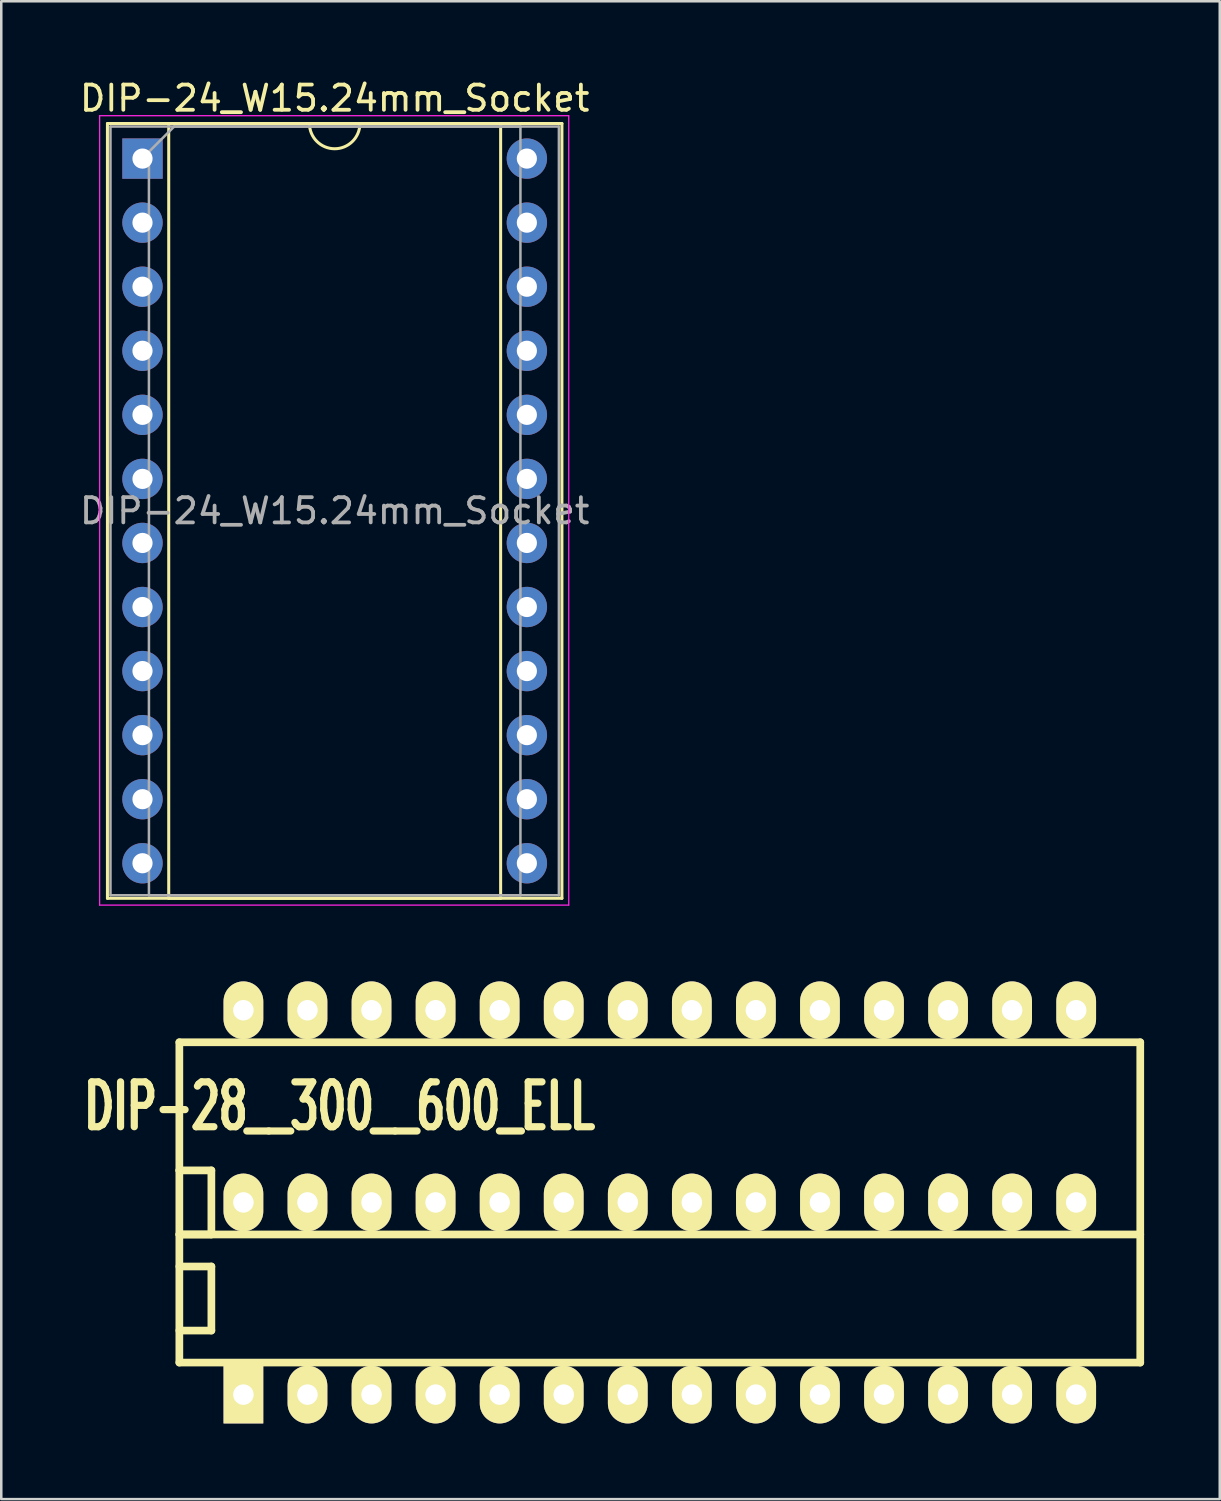
<source format=kicad_pcb>
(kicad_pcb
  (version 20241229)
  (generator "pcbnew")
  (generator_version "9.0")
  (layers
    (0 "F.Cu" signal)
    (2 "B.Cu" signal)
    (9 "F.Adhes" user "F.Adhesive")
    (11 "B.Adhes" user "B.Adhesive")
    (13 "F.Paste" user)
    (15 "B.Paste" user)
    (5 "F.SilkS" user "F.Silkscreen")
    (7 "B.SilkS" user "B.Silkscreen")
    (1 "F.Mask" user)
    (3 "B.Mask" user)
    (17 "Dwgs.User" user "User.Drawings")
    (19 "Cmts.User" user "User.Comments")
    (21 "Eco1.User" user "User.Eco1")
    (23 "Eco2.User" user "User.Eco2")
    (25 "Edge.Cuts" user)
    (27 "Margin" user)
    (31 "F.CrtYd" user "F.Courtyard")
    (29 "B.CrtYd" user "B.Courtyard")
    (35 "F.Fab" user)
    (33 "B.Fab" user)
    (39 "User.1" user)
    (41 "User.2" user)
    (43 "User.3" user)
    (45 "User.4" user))
  (footprint "DIP-24_W15.24mm_Socket"
    (layer "F.Cu")
    (at 2.6 3.238)
    (property "Reference" "DIP-24_W15.24mm_Socket" (at 7.62 -2.39 0) (layer "F.SilkS") (effects (font (size 1 1) (thickness 0.15))))
    (attr through_hole)
    (fp_line (start -1.39 -1.39) (end -1.39 29.33) (stroke (width 0.12) (type solid)) (layer "F.SilkS"))
    (fp_line (start -1.39 29.33) (end 16.63 29.33) (stroke (width 0.12) (type solid)) (layer "F.SilkS"))
    (fp_line (start 1.04 -1.39) (end 1.04 29.33) (stroke (width 0.12) (type solid)) (layer "F.SilkS"))
    (fp_line (start 1.04 29.33) (end 14.2 29.33) (stroke (width 0.12) (type solid)) (layer "F.SilkS"))
    (fp_line (start 6.62 -1.39) (end 1.04 -1.39) (stroke (width 0.12) (type solid)) (layer "F.SilkS"))
    (fp_line (start 14.2 -1.39) (end 8.62 -1.39) (stroke (width 0.12) (type solid)) (layer "F.SilkS"))
    (fp_line (start 14.2 29.33) (end 14.2 -1.39) (stroke (width 0.12) (type solid)) (layer "F.SilkS"))
    (fp_line (start 16.63 -1.39) (end -1.39 -1.39) (stroke (width 0.12) (type solid)) (layer "F.SilkS"))
    (fp_line (start 16.63 29.33) (end 16.63 -1.39) (stroke (width 0.12) (type solid)) (layer "F.SilkS"))
    (fp_arc (start 8.62 -1.39) (mid 7.62 -0.39) (end 6.62 -1.39) (stroke (width 0.12) (type solid)) (layer "F.SilkS"))
    (fp_line (start -1.7 -1.7) (end -1.7 29.6) (stroke (width 0.05) (type solid)) (layer "F.CrtYd"))
    (fp_line (start -1.7 29.6) (end 16.9 29.6) (stroke (width 0.05) (type solid)) (layer "F.CrtYd"))
    (fp_line (start 16.9 -1.7) (end -1.7 -1.7) (stroke (width 0.05) (type solid)) (layer "F.CrtYd"))
    (fp_line (start 16.9 29.6) (end 16.9 -1.7) (stroke (width 0.05) (type solid)) (layer "F.CrtYd"))
    (fp_line (start -1.27 -1.27) (end -1.27 29.21) (stroke (width 0.1) (type solid)) (layer "F.Fab"))
    (fp_line (start -1.27 29.21) (end 16.51 29.21) (stroke (width 0.1) (type solid)) (layer "F.Fab"))
    (fp_line (start 0.255 -0.27) (end 1.255 -1.27) (stroke (width 0.1) (type solid)) (layer "F.Fab"))
    (fp_line (start 0.255 29.21) (end 0.255 -0.27) (stroke (width 0.1) (type solid)) (layer "F.Fab"))
    (fp_line (start 1.255 -1.27) (end 14.985 -1.27) (stroke (width 0.1) (type solid)) (layer "F.Fab"))
    (fp_line (start 14.985 -1.27) (end 14.985 29.21) (stroke (width 0.1) (type solid)) (layer "F.Fab"))
    (fp_line (start 14.985 29.21) (end 0.255 29.21) (stroke (width 0.1) (type solid)) (layer "F.Fab"))
    (fp_line (start 16.51 -1.27) (end -1.27 -1.27) (stroke (width 0.1) (type solid)) (layer "F.Fab"))
    (fp_line (start 16.51 29.21) (end 16.51 -1.27) (stroke (width 0.1) (type solid)) (layer "F.Fab"))
    (fp_text user "${REFERENCE}" (at 7.62 13.97 0) (layer "F.Fab") (effects (font (size 1 1) (thickness 0.15))))
    (pad "1" thru_hole rect (at 0 0) (size 1.6 1.6) (drill 0.8) (layers "*.Cu" "*.Mask"))
    (pad "2" thru_hole oval (at 0 2.54) (size 1.6 1.6) (drill 0.8) (layers "*.Cu" "*.Mask"))
    (pad "3" thru_hole oval (at 0 5.08) (size 1.6 1.6) (drill 0.8) (layers "*.Cu" "*.Mask"))
    (pad "4" thru_hole oval (at 0 7.62) (size 1.6 1.6) (drill 0.8) (layers "*.Cu" "*.Mask"))
    (pad "5" thru_hole oval (at 0 10.16) (size 1.6 1.6) (drill 0.8) (layers "*.Cu" "*.Mask"))
    (pad "6" thru_hole oval (at 0 12.7) (size 1.6 1.6) (drill 0.8) (layers "*.Cu" "*.Mask"))
    (pad "7" thru_hole oval (at 0 15.24) (size 1.6 1.6) (drill 0.8) (layers "*.Cu" "*.Mask"))
    (pad "8" thru_hole oval (at 0 17.78) (size 1.6 1.6) (drill 0.8) (layers "*.Cu" "*.Mask"))
    (pad "9" thru_hole oval (at 0 20.32) (size 1.6 1.6) (drill 0.8) (layers "*.Cu" "*.Mask"))
    (pad "10" thru_hole oval (at 0 22.86) (size 1.6 1.6) (drill 0.8) (layers "*.Cu" "*.Mask"))
    (pad "11" thru_hole oval (at 0 25.4) (size 1.6 1.6) (drill 0.8) (layers "*.Cu" "*.Mask"))
    (pad "12" thru_hole oval (at 0 27.94) (size 1.6 1.6) (drill 0.8) (layers "*.Cu" "*.Mask"))
    (pad "13" thru_hole oval (at 15.24 27.94) (size 1.6 1.6) (drill 0.8) (layers "*.Cu" "*.Mask"))
    (pad "14" thru_hole oval (at 15.24 25.4) (size 1.6 1.6) (drill 0.8) (layers "*.Cu" "*.Mask"))
    (pad "15" thru_hole oval (at 15.24 22.86) (size 1.6 1.6) (drill 0.8) (layers "*.Cu" "*.Mask"))
    (pad "16" thru_hole oval (at 15.24 20.32) (size 1.6 1.6) (drill 0.8) (layers "*.Cu" "*.Mask"))
    (pad "17" thru_hole oval (at 15.24 17.78) (size 1.6 1.6) (drill 0.8) (layers "*.Cu" "*.Mask"))
    (pad "18" thru_hole oval (at 15.24 15.24) (size 1.6 1.6) (drill 0.8) (layers "*.Cu" "*.Mask"))
    (pad "19" thru_hole oval (at 15.24 12.7) (size 1.6 1.6) (drill 0.8) (layers "*.Cu" "*.Mask"))
    (pad "20" thru_hole oval (at 15.24 10.16) (size 1.6 1.6) (drill 0.8) (layers "*.Cu" "*.Mask"))
    (pad "21" thru_hole oval (at 15.24 7.62) (size 1.6 1.6) (drill 0.8) (layers "*.Cu" "*.Mask"))
    (pad "22" thru_hole oval (at 15.24 5.08) (size 1.6 1.6) (drill 0.8) (layers "*.Cu" "*.Mask"))
    (pad "23" thru_hole oval (at 15.24 2.54) (size 1.6 1.6) (drill 0.8) (layers "*.Cu" "*.Mask"))
    (pad "24" thru_hole oval (at 15.24 0) (size 1.6 1.6) (drill 0.8) (layers "*.Cu" "*.Mask")))
  (footprint "DIP-28__300__600_ELL"
    (layer "F.Cu")
    (at 23.111 44.626)
    (property "Reference" "DIP-28__300__600_ELL" (at -12.7 -3.81 0) (layer "F.SilkS") (effects (font (size 1.778 1.143) (thickness 0.305))))
    (attr through_hole)
    (fp_line (start -19.05 -6.35) (end 19.05 -6.35) (stroke (width 0.305) (type solid)) (layer "F.SilkS"))
    (fp_line (start -19.05 -1.27) (end -19.05 -1.27) (stroke (width 0.305) (type solid)) (layer "F.SilkS"))
    (fp_line (start -19.05 -1.27) (end -17.78 -1.27) (stroke (width 0.305) (type solid)) (layer "F.SilkS"))
    (fp_line (start -19.05 1.27) (end 19.05 1.27) (stroke (width 0.305) (type solid)) (layer "F.SilkS"))
    (fp_line (start -19.05 2.54) (end -17.78 2.54) (stroke (width 0.305) (type solid)) (layer "F.SilkS"))
    (fp_line (start -19.05 6.35) (end -19.05 -6.35) (stroke (width 0.305) (type solid)) (layer "F.SilkS"))
    (fp_line (start -17.78 -1.27) (end -17.78 1.27) (stroke (width 0.305) (type solid)) (layer "F.SilkS"))
    (fp_line (start -17.78 1.27) (end -19.05 1.27) (stroke (width 0.305) (type solid)) (layer "F.SilkS"))
    (fp_line (start -17.78 2.54) (end -17.78 5.08) (stroke (width 0.305) (type solid)) (layer "F.SilkS"))
    (fp_line (start -17.78 5.08) (end -19.05 5.08) (stroke (width 0.305) (type solid)) (layer "F.SilkS"))
    (fp_line (start 19.05 -6.35) (end 19.05 6.35) (stroke (width 0.305) (type solid)) (layer "F.SilkS"))
    (fp_line (start 19.05 6.35) (end -19.05 6.35) (stroke (width 0.305) (type solid)) (layer "F.SilkS"))
    (pad "1" thru_hole rect (at -16.51 7.62) (size 1.575 2.286) (drill 0.813) (layers "*.Cu" "*.Mask" "F.SilkS"))
    (pad "2" thru_hole oval (at -13.97 7.62) (size 1.575 2.286) (drill 0.813) (layers "*.Cu" "*.Mask" "F.SilkS"))
    (pad "3" thru_hole oval (at -11.43 7.62) (size 1.575 2.286) (drill 0.813) (layers "*.Cu" "*.Mask" "F.SilkS"))
    (pad "4" thru_hole oval (at -8.89 7.62) (size 1.575 2.286) (drill 0.813) (layers "*.Cu" "*.Mask" "F.SilkS"))
    (pad "5" thru_hole oval (at -6.35 7.62) (size 1.575 2.286) (drill 0.813) (layers "*.Cu" "*.Mask" "F.SilkS"))
    (pad "6" thru_hole oval (at -3.81 7.62) (size 1.575 2.286) (drill 0.813) (layers "*.Cu" "*.Mask" "F.SilkS"))
    (pad "7" thru_hole oval (at -1.27 7.62) (size 1.575 2.286) (drill 0.813) (layers "*.Cu" "*.Mask" "F.SilkS"))
    (pad "8" thru_hole oval (at 1.27 7.62) (size 1.575 2.286) (drill 0.813) (layers "*.Cu" "*.Mask" "F.SilkS"))
    (pad "9" thru_hole oval (at 3.81 7.62) (size 1.575 2.286) (drill 0.813) (layers "*.Cu" "*.Mask" "F.SilkS"))
    (pad "10" thru_hole oval (at 6.35 7.62) (size 1.575 2.286) (drill 0.813) (layers "*.Cu" "*.Mask" "F.SilkS"))
    (pad "11" thru_hole oval (at 8.89 7.62) (size 1.575 2.286) (drill 0.813) (layers "*.Cu" "*.Mask" "F.SilkS"))
    (pad "12" thru_hole oval (at 11.43 7.62) (size 1.575 2.286) (drill 0.813) (layers "*.Cu" "*.Mask" "F.SilkS"))
    (pad "13" thru_hole oval (at 13.97 7.62) (size 1.575 2.286) (drill 0.813) (layers "*.Cu" "*.Mask" "F.SilkS"))
    (pad "14" thru_hole oval (at 16.51 7.62) (size 1.575 2.286) (drill 0.813) (layers "*.Cu" "*.Mask" "F.SilkS"))
    (pad "15" thru_hole oval (at 16.51 -7.62) (size 1.575 2.286) (drill 0.813) (layers "*.Cu" "*.Mask" "F.SilkS"))
    (pad "15" thru_hole oval (at 16.51 0) (size 1.575 2.286) (drill 0.813) (layers "*.Cu" "*.Mask" "F.SilkS"))
    (pad "16" thru_hole oval (at 13.97 -7.62) (size 1.575 2.286) (drill 0.813) (layers "*.Cu" "*.Mask" "F.SilkS"))
    (pad "16" thru_hole oval (at 13.97 0) (size 1.575 2.286) (drill 0.813) (layers "*.Cu" "*.Mask" "F.SilkS"))
    (pad "17" thru_hole oval (at 11.43 -7.62) (size 1.575 2.286) (drill 0.813) (layers "*.Cu" "*.Mask" "F.SilkS"))
    (pad "17" thru_hole oval (at 11.43 0) (size 1.575 2.286) (drill 0.813) (layers "*.Cu" "*.Mask" "F.SilkS"))
    (pad "18" thru_hole oval (at 8.89 -7.62) (size 1.575 2.286) (drill 0.813) (layers "*.Cu" "*.Mask" "F.SilkS"))
    (pad "18" thru_hole oval (at 8.89 0) (size 1.575 2.286) (drill 0.813) (layers "*.Cu" "*.Mask" "F.SilkS"))
    (pad "19" thru_hole oval (at 6.35 -7.62) (size 1.575 2.286) (drill 0.813) (layers "*.Cu" "*.Mask" "F.SilkS"))
    (pad "19" thru_hole oval (at 6.35 0) (size 1.575 2.286) (drill 0.813) (layers "*.Cu" "*.Mask" "F.SilkS"))
    (pad "20" thru_hole oval (at 3.81 -7.62) (size 1.575 2.286) (drill 0.813) (layers "*.Cu" "*.Mask" "F.SilkS"))
    (pad "20" thru_hole oval (at 3.81 0) (size 1.575 2.286) (drill 0.813) (layers "*.Cu" "*.Mask" "F.SilkS"))
    (pad "21" thru_hole oval (at 1.27 -7.62) (size 1.575 2.286) (drill 0.813) (layers "*.Cu" "*.Mask" "F.SilkS"))
    (pad "21" thru_hole oval (at 1.27 0) (size 1.575 2.286) (drill 0.813) (layers "*.Cu" "*.Mask" "F.SilkS"))
    (pad "22" thru_hole oval (at -1.27 -7.62) (size 1.575 2.286) (drill 0.813) (layers "*.Cu" "*.Mask" "F.SilkS"))
    (pad "22" thru_hole oval (at -1.27 0) (size 1.575 2.286) (drill 0.813) (layers "*.Cu" "*.Mask" "F.SilkS"))
    (pad "23" thru_hole oval (at -3.81 -7.62) (size 1.575 2.286) (drill 0.813) (layers "*.Cu" "*.Mask" "F.SilkS"))
    (pad "23" thru_hole oval (at -3.81 0) (size 1.575 2.286) (drill 0.813) (layers "*.Cu" "*.Mask" "F.SilkS"))
    (pad "24" thru_hole oval (at -6.35 -7.62) (size 1.575 2.286) (drill 0.813) (layers "*.Cu" "*.Mask" "F.SilkS"))
    (pad "24" thru_hole oval (at -6.35 0) (size 1.575 2.286) (drill 0.813) (layers "*.Cu" "*.Mask" "F.SilkS"))
    (pad "25" thru_hole oval (at -8.89 -7.62) (size 1.575 2.286) (drill 0.813) (layers "*.Cu" "*.Mask" "F.SilkS"))
    (pad "25" thru_hole oval (at -8.89 0) (size 1.575 2.286) (drill 0.813) (layers "*.Cu" "*.Mask" "F.SilkS"))
    (pad "26" thru_hole oval (at -11.43 -7.62) (size 1.575 2.286) (drill 0.813) (layers "*.Cu" "*.Mask" "F.SilkS"))
    (pad "26" thru_hole oval (at -11.43 0) (size 1.575 2.286) (drill 0.813) (layers "*.Cu" "*.Mask" "F.SilkS"))
    (pad "27" thru_hole oval (at -13.97 -7.62) (size 1.575 2.286) (drill 0.813) (layers "*.Cu" "*.Mask" "F.SilkS"))
    (pad "27" thru_hole oval (at -13.97 0) (size 1.575 2.286) (drill 0.813) (layers "*.Cu" "*.Mask" "F.SilkS"))
    (pad "28" thru_hole oval (at -16.51 -7.62) (size 1.575 2.286) (drill 0.813) (layers "*.Cu" "*.Mask" "F.SilkS"))
    (pad "28" thru_hole oval (at -16.51 0) (size 1.575 2.286) (drill 0.813) (layers "*.Cu" "*.Mask" "F.SilkS")))
  (gr_rect
    (start -3 -3)
    (end 45.313 56.389)
    (stroke (width 0.1) (type default))
    (fill no)
    (layer "Edge.Cuts")))
</source>
